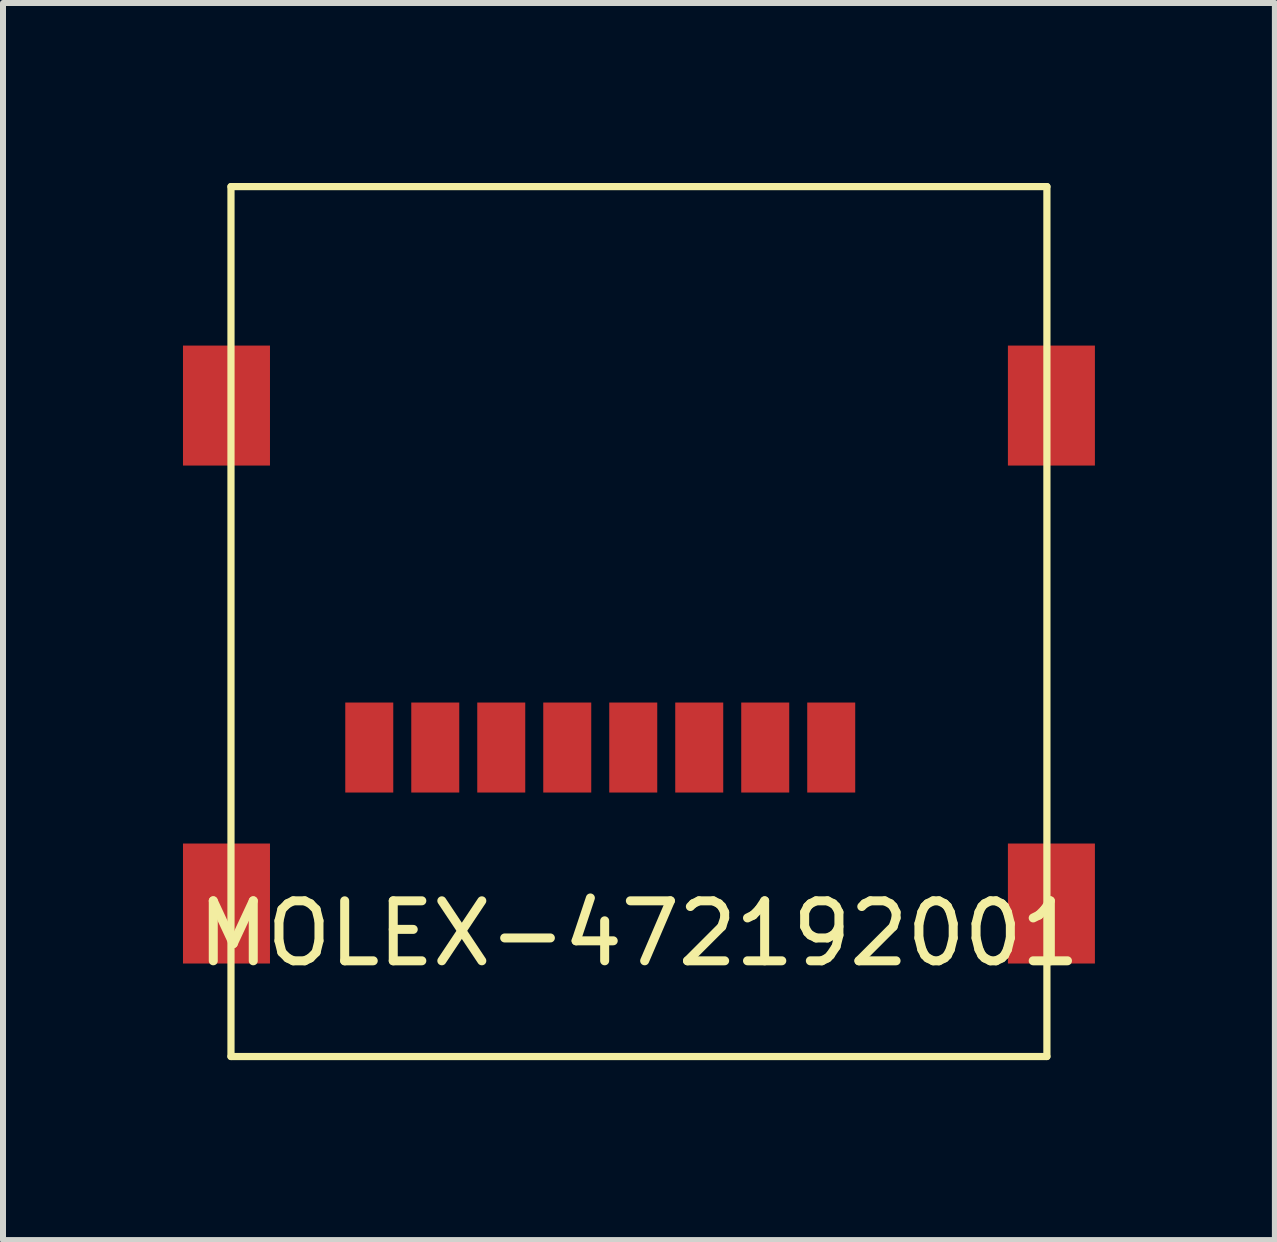
<source format=kicad_pcb>
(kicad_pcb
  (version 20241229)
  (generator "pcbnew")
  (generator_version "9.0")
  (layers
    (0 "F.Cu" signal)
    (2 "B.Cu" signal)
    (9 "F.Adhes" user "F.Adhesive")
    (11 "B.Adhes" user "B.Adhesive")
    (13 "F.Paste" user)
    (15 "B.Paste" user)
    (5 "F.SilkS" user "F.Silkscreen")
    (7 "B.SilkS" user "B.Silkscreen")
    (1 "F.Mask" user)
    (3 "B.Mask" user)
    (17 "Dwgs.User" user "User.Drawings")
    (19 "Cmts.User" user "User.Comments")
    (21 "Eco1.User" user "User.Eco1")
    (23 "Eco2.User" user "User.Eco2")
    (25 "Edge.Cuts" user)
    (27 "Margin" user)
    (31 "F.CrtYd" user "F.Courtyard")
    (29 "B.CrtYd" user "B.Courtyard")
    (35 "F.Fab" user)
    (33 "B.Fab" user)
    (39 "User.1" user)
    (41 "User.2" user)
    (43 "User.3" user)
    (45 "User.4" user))
  (footprint "MOLEX-472192001"
    (layer "F.Cu")
    (at 7.6 12.01)
    (property "Reference" "MOLEX-472192001" (at 0 0.5 0) (layer "F.SilkS") (effects (font (size 1 1) (thickness 0.15))))
    (attr through_hole)
    (fp_line (start -6.8 -11.95) (end 6.8 -11.95) (stroke (width 0.12) (type solid)) (layer "F.SilkS"))
    (fp_line (start -6.8 2.55) (end -6.8 -11.95) (stroke (width 0.12) (type solid)) (layer "F.SilkS"))
    (fp_line (start -6.8 2.55) (end 6.8 2.55) (stroke (width 0.12) (type solid)) (layer "F.SilkS"))
    (fp_line (start 6.8 2.55) (end 6.8 -11.95) (stroke (width 0.12) (type solid)) (layer "F.SilkS"))
    (pad "1" smd rect (at 3.205 -2.6) (size 0.8 1.5) (layers "F.Cu" "F.Mask" "F.Paste"))
    (pad "2" smd rect (at 2.105 -2.6) (size 0.8 1.5) (layers "F.Cu" "F.Mask" "F.Paste"))
    (pad "3" smd rect (at 1.005 -2.6) (size 0.8 1.5) (layers "F.Cu" "F.Mask" "F.Paste"))
    (pad "4" smd rect (at -0.095 -2.6) (size 0.8 1.5) (layers "F.Cu" "F.Mask" "F.Paste"))
    (pad "5" smd rect (at -1.195 -2.6) (size 0.8 1.5) (layers "F.Cu" "F.Mask" "F.Paste"))
    (pad "6" smd rect (at -2.295 -2.6) (size 0.8 1.5) (layers "F.Cu" "F.Mask" "F.Paste"))
    (pad "7" smd rect (at -3.395 -2.6) (size 0.8 1.5) (layers "F.Cu" "F.Mask" "F.Paste"))
    (pad "8" smd rect (at -4.495 -2.6) (size 0.8 1.5) (layers "F.Cu" "F.Mask" "F.Paste"))
    (pad "G1" smd rect (at 6.875 0) (size 1.45 2) (layers "F.Cu" "F.Mask" "F.Paste"))
    (pad "G2" smd rect (at 6.875 -8.3) (size 1.45 2) (layers "F.Cu" "F.Mask" "F.Paste"))
    (pad "G3" smd rect (at -6.875 -8.3) (size 1.45 2) (layers "F.Cu" "F.Mask" "F.Paste"))
    (pad "G4" smd rect (at -6.875 0) (size 1.45 2) (layers "F.Cu" "F.Mask" "F.Paste")))
  (gr_rect
    (start -3 -3)
    (end 18.2 17.62)
    (stroke (width 0.1) (type default))
    (fill no)
    (layer "Edge.Cuts")))
</source>
